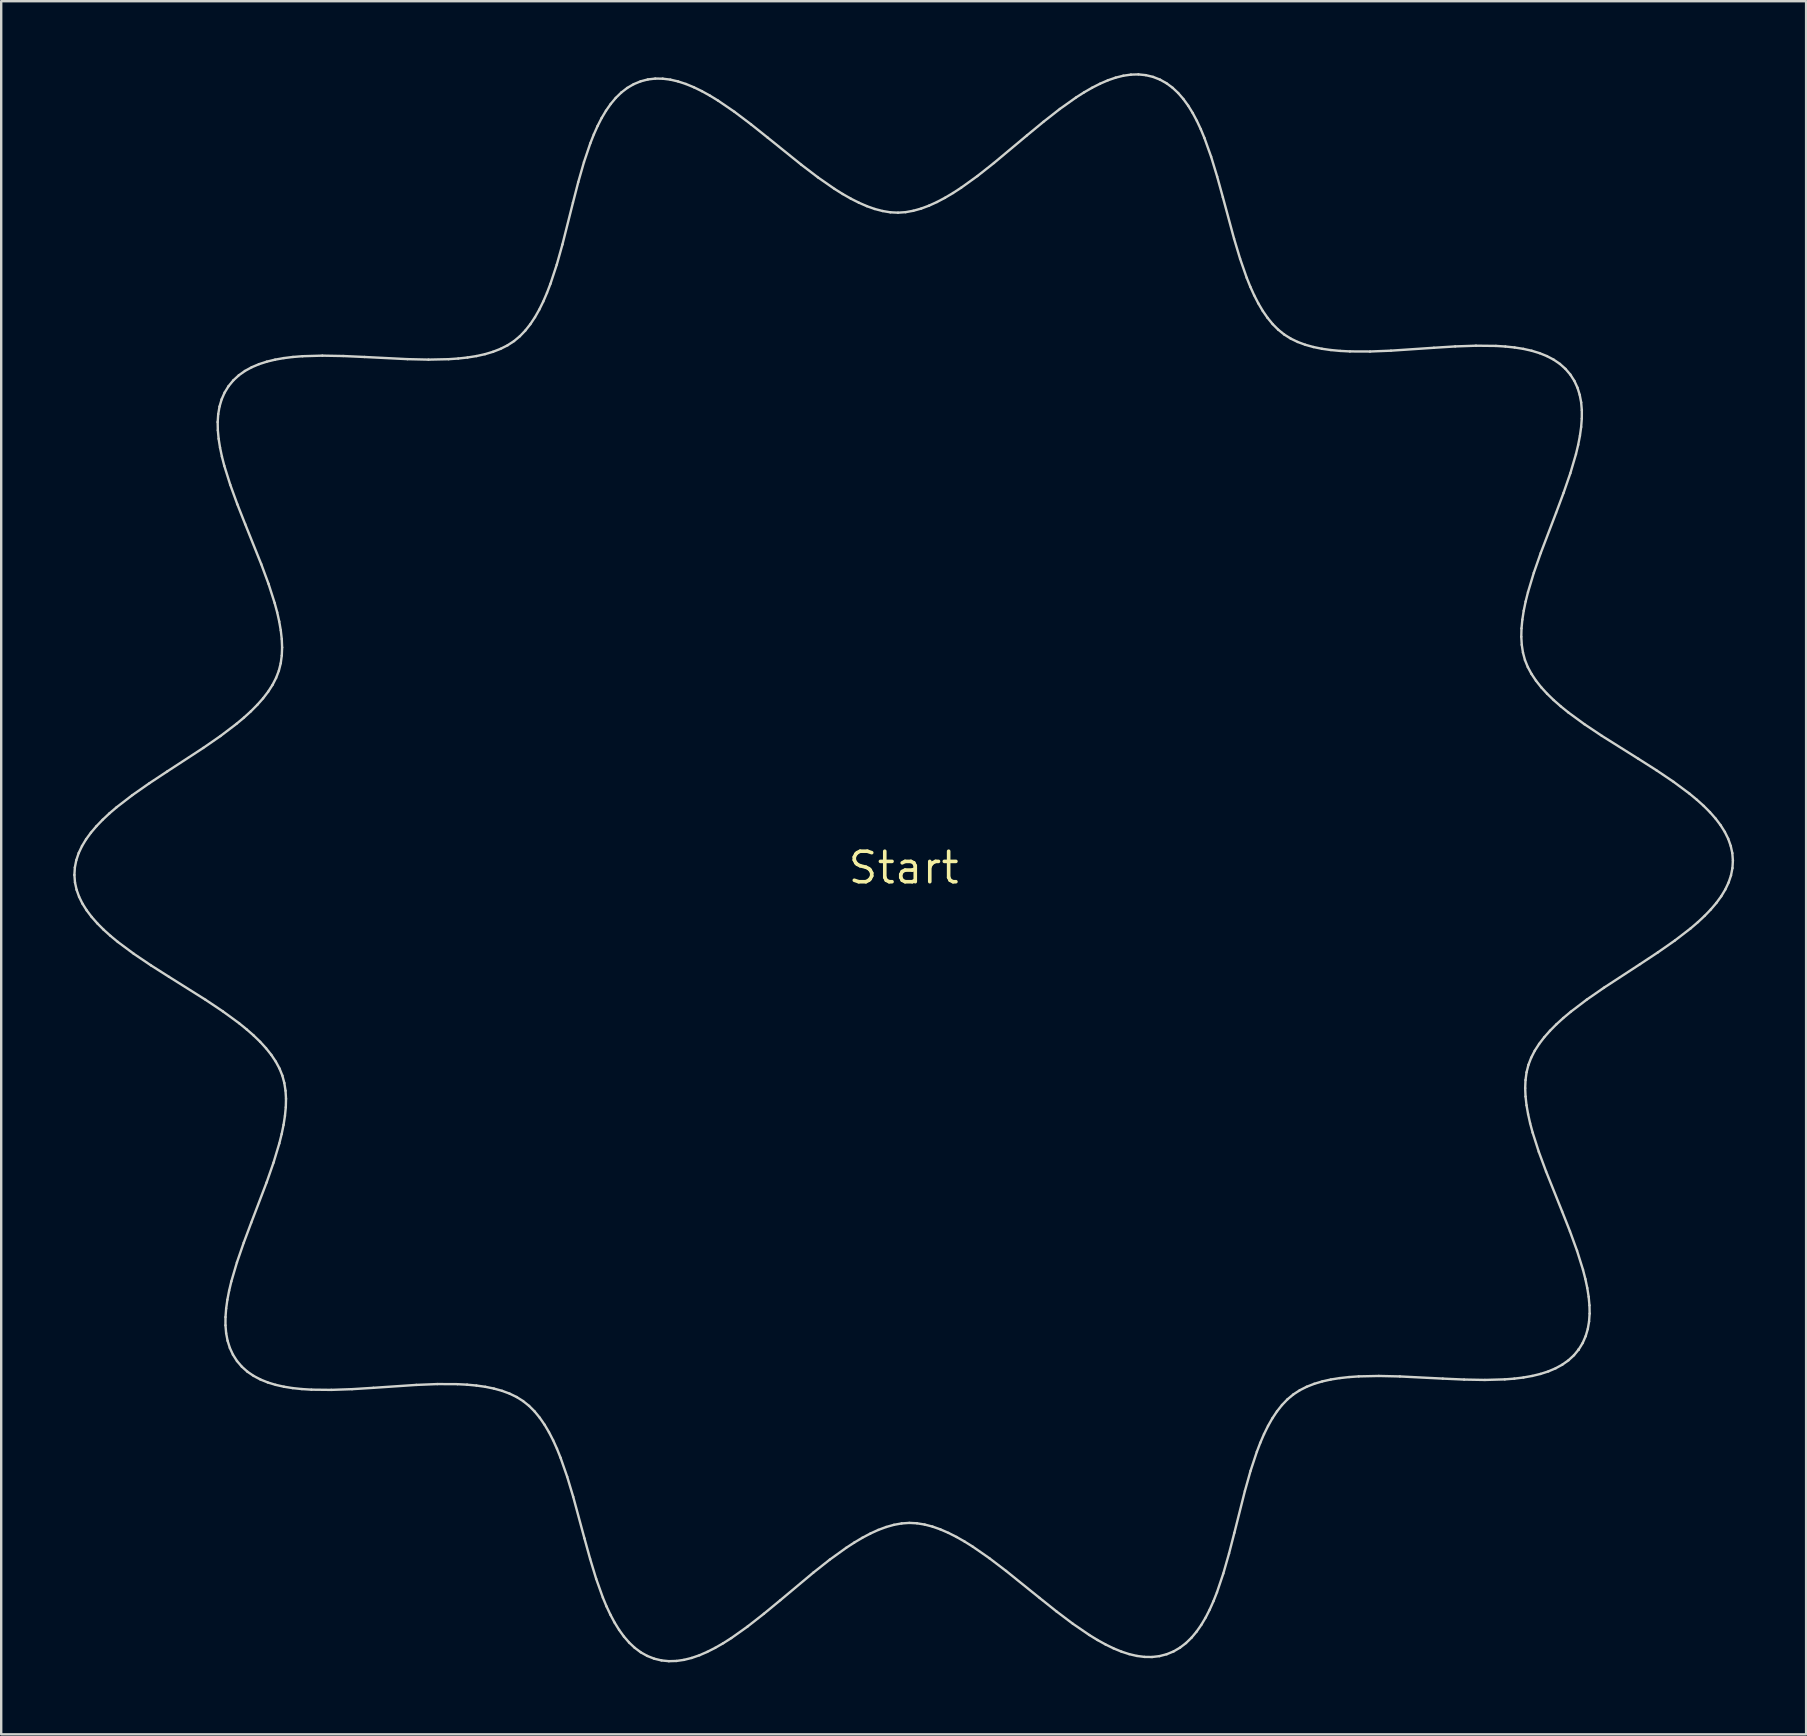
<source format=kicad_pcb>
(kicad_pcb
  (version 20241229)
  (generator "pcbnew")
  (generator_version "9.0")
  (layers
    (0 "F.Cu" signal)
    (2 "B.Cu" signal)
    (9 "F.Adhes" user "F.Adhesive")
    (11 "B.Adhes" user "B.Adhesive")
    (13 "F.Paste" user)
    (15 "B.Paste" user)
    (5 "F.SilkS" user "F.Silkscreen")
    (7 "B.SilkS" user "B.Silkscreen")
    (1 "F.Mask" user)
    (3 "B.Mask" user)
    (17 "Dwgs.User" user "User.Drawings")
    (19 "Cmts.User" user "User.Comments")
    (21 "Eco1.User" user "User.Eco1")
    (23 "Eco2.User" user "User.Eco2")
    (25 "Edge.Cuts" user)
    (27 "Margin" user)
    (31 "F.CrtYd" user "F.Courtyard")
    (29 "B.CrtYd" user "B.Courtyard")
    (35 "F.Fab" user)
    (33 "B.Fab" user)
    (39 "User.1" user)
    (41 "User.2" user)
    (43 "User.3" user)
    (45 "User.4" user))
  (footprint "Start"
    (layer "F.Cu")
    (at 34.599 33.105)
    (property "Reference" "Start" (at 0 0 0) (layer "F.SilkS") (effects (font (size 1.27 1.27) (thickness 0.15))))
    (attr through_hole)
    (fp_line (start -34.549 0.298) (end -34.53 -0.014) (stroke (width 0.1) (type solid)) (layer "Edge.Cuts"))
    (fp_line (start -34.53 -0.014) (end -34.47 -0.318) (stroke (width 0.1) (type solid)) (layer "Edge.Cuts"))
    (fp_line (start -34.525 0.61) (end -34.549 0.298) (stroke (width 0.1) (type solid)) (layer "Edge.Cuts"))
    (fp_line (start -34.47 -0.318) (end -34.37 -0.614) (stroke (width 0.1) (type solid)) (layer "Edge.Cuts"))
    (fp_line (start -34.459 0.912) (end -34.525 0.61) (stroke (width 0.1) (type solid)) (layer "Edge.Cuts"))
    (fp_line (start -34.37 -0.614) (end -34.233 -0.904) (stroke (width 0.1) (type solid)) (layer "Edge.Cuts"))
    (fp_line (start -34.354 1.207) (end -34.459 0.912) (stroke (width 0.1) (type solid)) (layer "Edge.Cuts"))
    (fp_line (start -34.233 -0.904) (end -34.063 -1.187) (stroke (width 0.1) (type solid)) (layer "Edge.Cuts"))
    (fp_line (start -34.213 1.494) (end -34.354 1.207) (stroke (width 0.1) (type solid)) (layer "Edge.Cuts"))
    (fp_line (start -34.063 -1.187) (end -33.861 -1.463) (stroke (width 0.1) (type solid)) (layer "Edge.Cuts"))
    (fp_line (start -34.037 1.774) (end -34.213 1.494) (stroke (width 0.1) (type solid)) (layer "Edge.Cuts"))
    (fp_line (start -33.861 -1.463) (end -33.63 -1.735) (stroke (width 0.1) (type solid)) (layer "Edge.Cuts"))
    (fp_line (start -33.831 2.047) (end -34.037 1.774) (stroke (width 0.1) (type solid)) (layer "Edge.Cuts"))
    (fp_line (start -33.63 -1.735) (end -33.373 -2.001) (stroke (width 0.1) (type solid)) (layer "Edge.Cuts"))
    (fp_line (start -33.595 2.315) (end -33.831 2.047) (stroke (width 0.1) (type solid)) (layer "Edge.Cuts"))
    (fp_line (start -33.373 -2.001) (end -33.093 -2.264) (stroke (width 0.1) (type solid)) (layer "Edge.Cuts"))
    (fp_line (start -33.334 2.577) (end -33.595 2.315) (stroke (width 0.1) (type solid)) (layer "Edge.Cuts"))
    (fp_line (start -33.093 -2.264) (end -32.791 -2.522) (stroke (width 0.1) (type solid)) (layer "Edge.Cuts"))
    (fp_line (start -33.049 2.834) (end -33.334 2.577) (stroke (width 0.1) (type solid)) (layer "Edge.Cuts"))
    (fp_line (start -32.791 -2.522) (end -32.134 -3.028) (stroke (width 0.1) (type solid)) (layer "Edge.Cuts"))
    (fp_line (start -32.743 3.087) (end -33.049 2.834) (stroke (width 0.1) (type solid)) (layer "Edge.Cuts"))
    (fp_line (start -32.134 -3.028) (end -31.424 -3.524) (stroke (width 0.1) (type solid)) (layer "Edge.Cuts"))
    (fp_line (start -32.077 3.582) (end -32.743 3.087) (stroke (width 0.1) (type solid)) (layer "Edge.Cuts"))
    (fp_line (start -31.424 -3.524) (end -30.681 -4.015) (stroke (width 0.1) (type solid)) (layer "Edge.Cuts"))
    (fp_line (start -31.359 4.066) (end -32.077 3.582) (stroke (width 0.1) (type solid)) (layer "Edge.Cuts"))
    (fp_line (start -30.681 -4.015) (end -29.18 -4.994) (stroke (width 0.1) (type solid)) (layer "Edge.Cuts"))
    (fp_line (start -30.608 4.543) (end -31.359 4.066) (stroke (width 0.1) (type solid)) (layer "Edge.Cuts"))
    (fp_line (start -29.18 -4.994) (end -28.462 -5.491) (stroke (width 0.1) (type solid)) (layer "Edge.Cuts"))
    (fp_line (start -29.089 5.497) (end -30.608 4.543) (stroke (width 0.1) (type solid)) (layer "Edge.Cuts"))
    (fp_line (start -28.58 -18.572) (end -28.557 -18.901) (stroke (width 0.1) (type solid)) (layer "Edge.Cuts"))
    (fp_line (start -28.573 -18.229) (end -28.58 -18.572) (stroke (width 0.1) (type solid)) (layer "Edge.Cuts"))
    (fp_line (start -28.557 -18.901) (end -28.503 -19.216) (stroke (width 0.1) (type solid)) (layer "Edge.Cuts"))
    (fp_line (start -28.54 -17.874) (end -28.573 -18.229) (stroke (width 0.1) (type solid)) (layer "Edge.Cuts"))
    (fp_line (start -28.503 -19.216) (end -28.414 -19.517) (stroke (width 0.1) (type solid)) (layer "Edge.Cuts"))
    (fp_line (start -28.482 -17.508) (end -28.54 -17.874) (stroke (width 0.1) (type solid)) (layer "Edge.Cuts"))
    (fp_line (start -28.462 -5.491) (end -27.794 -5.999) (stroke (width 0.1) (type solid)) (layer "Edge.Cuts"))
    (fp_line (start -28.414 -19.517) (end -28.29 -19.8) (stroke (width 0.1) (type solid)) (layer "Edge.Cuts"))
    (fp_line (start -28.403 -17.133) (end -28.482 -17.508) (stroke (width 0.1) (type solid)) (layer "Edge.Cuts"))
    (fp_line (start -28.363 5.982) (end -29.089 5.497) (stroke (width 0.1) (type solid)) (layer "Edge.Cuts"))
    (fp_line (start -28.304 -16.748) (end -28.403 -17.133) (stroke (width 0.1) (type solid)) (layer "Edge.Cuts"))
    (fp_line (start -28.29 -19.8) (end -28.126 -20.067) (stroke (width 0.1) (type solid)) (layer "Edge.Cuts"))
    (fp_line (start -28.255 19.062) (end -28.254 18.719) (stroke (width 0.1) (type solid)) (layer "Edge.Cuts"))
    (fp_line (start -28.254 18.719) (end -28.227 18.364) (stroke (width 0.1) (type solid)) (layer "Edge.Cuts"))
    (fp_line (start -28.227 18.364) (end -28.176 17.997) (stroke (width 0.1) (type solid)) (layer "Edge.Cuts"))
    (fp_line (start -28.227 19.391) (end -28.255 19.062) (stroke (width 0.1) (type solid)) (layer "Edge.Cuts"))
    (fp_line (start -28.176 17.997) (end -28.103 17.62) (stroke (width 0.1) (type solid)) (layer "Edge.Cuts"))
    (fp_line (start -28.167 19.705) (end -28.227 19.391) (stroke (width 0.1) (type solid)) (layer "Edge.Cuts"))
    (fp_line (start -28.126 -20.067) (end -27.928 -20.308) (stroke (width 0.1) (type solid)) (layer "Edge.Cuts"))
    (fp_line (start -28.103 17.62) (end -28.011 17.234) (stroke (width 0.1) (type solid)) (layer "Edge.Cuts"))
    (fp_line (start -28.073 20.004) (end -28.167 19.705) (stroke (width 0.1) (type solid)) (layer "Edge.Cuts"))
    (fp_line (start -28.056 -15.957) (end -28.304 -16.748) (stroke (width 0.1) (type solid)) (layer "Edge.Cuts"))
    (fp_line (start -28.011 17.234) (end -27.777 16.439) (stroke (width 0.1) (type solid)) (layer "Edge.Cuts"))
    (fp_line (start -27.944 20.285) (end -28.073 20.004) (stroke (width 0.1) (type solid)) (layer "Edge.Cuts"))
    (fp_line (start -27.928 -20.308) (end -27.7 -20.518) (stroke (width 0.1) (type solid)) (layer "Edge.Cuts"))
    (fp_line (start -27.794 -5.999) (end -27.485 -6.257) (stroke (width 0.1) (type solid)) (layer "Edge.Cuts"))
    (fp_line (start -27.777 16.439) (end -27.494 15.62) (stroke (width 0.1) (type solid)) (layer "Edge.Cuts"))
    (fp_line (start -27.776 20.549) (end -27.944 20.285) (stroke (width 0.1) (type solid)) (layer "Edge.Cuts"))
    (fp_line (start -27.76 -15.143) (end -28.056 -15.957) (stroke (width 0.1) (type solid)) (layer "Edge.Cuts"))
    (fp_line (start -27.7 -20.518) (end -27.445 -20.699) (stroke (width 0.1) (type solid)) (layer "Edge.Cuts"))
    (fp_line (start -27.686 6.477) (end -28.363 5.982) (stroke (width 0.1) (type solid)) (layer "Edge.Cuts"))
    (fp_line (start -27.573 20.786) (end -27.776 20.549) (stroke (width 0.1) (type solid)) (layer "Edge.Cuts"))
    (fp_line (start -27.494 15.62) (end -27.182 14.786) (stroke (width 0.1) (type solid)) (layer "Edge.Cuts"))
    (fp_line (start -27.485 -6.257) (end -27.196 -6.52) (stroke (width 0.1) (type solid)) (layer "Edge.Cuts"))
    (fp_line (start -27.445 -20.699) (end -27.164 -20.853) (stroke (width 0.1) (type solid)) (layer "Edge.Cuts"))
    (fp_line (start -27.433 -14.315) (end -27.76 -15.143) (stroke (width 0.1) (type solid)) (layer "Edge.Cuts"))
    (fp_line (start -27.373 6.731) (end -27.686 6.477) (stroke (width 0.1) (type solid)) (layer "Edge.Cuts"))
    (fp_line (start -27.342 20.993) (end -27.573 20.786) (stroke (width 0.1) (type solid)) (layer "Edge.Cuts"))
    (fp_line (start -27.196 -6.52) (end -26.93 -6.788) (stroke (width 0.1) (type solid)) (layer "Edge.Cuts"))
    (fp_line (start -27.182 14.786) (end -26.542 13.111) (stroke (width 0.1) (type solid)) (layer "Edge.Cuts"))
    (fp_line (start -27.164 -20.853) (end -26.86 -20.982) (stroke (width 0.1) (type solid)) (layer "Edge.Cuts"))
    (fp_line (start -27.084 21.169) (end -27.342 20.993) (stroke (width 0.1) (type solid)) (layer "Edge.Cuts"))
    (fp_line (start -27.08 6.988) (end -27.373 6.731) (stroke (width 0.1) (type solid)) (layer "Edge.Cuts"))
    (fp_line (start -26.93 -6.788) (end -26.689 -7.06) (stroke (width 0.1) (type solid)) (layer "Edge.Cuts"))
    (fp_line (start -26.86 -20.982) (end -26.534 -21.087) (stroke (width 0.1) (type solid)) (layer "Edge.Cuts"))
    (fp_line (start -26.809 7.251) (end -27.08 6.988) (stroke (width 0.1) (type solid)) (layer "Edge.Cuts"))
    (fp_line (start -26.801 21.318) (end -27.084 21.169) (stroke (width 0.1) (type solid)) (layer "Edge.Cuts"))
    (fp_line (start -26.765 -12.651) (end -27.433 -14.315) (stroke (width 0.1) (type solid)) (layer "Edge.Cuts"))
    (fp_line (start -26.689 -7.06) (end -26.476 -7.338) (stroke (width 0.1) (type solid)) (layer "Edge.Cuts"))
    (fp_line (start -26.564 7.519) (end -26.809 7.251) (stroke (width 0.1) (type solid)) (layer "Edge.Cuts"))
    (fp_line (start -26.542 13.111) (end -26.254 12.287) (stroke (width 0.1) (type solid)) (layer "Edge.Cuts"))
    (fp_line (start -26.534 -21.087) (end -26.188 -21.171) (stroke (width 0.1) (type solid)) (layer "Edge.Cuts"))
    (fp_line (start -26.494 21.442) (end -26.801 21.318) (stroke (width 0.1) (type solid)) (layer "Edge.Cuts"))
    (fp_line (start -26.476 -7.338) (end -26.294 -7.622) (stroke (width 0.1) (type solid)) (layer "Edge.Cuts"))
    (fp_line (start -26.462 -11.832) (end -26.765 -12.651) (stroke (width 0.1) (type solid)) (layer "Edge.Cuts"))
    (fp_line (start -26.346 7.794) (end -26.564 7.519) (stroke (width 0.1) (type solid)) (layer "Edge.Cuts"))
    (fp_line (start -26.294 -7.622) (end -26.145 -7.913) (stroke (width 0.1) (type solid)) (layer "Edge.Cuts"))
    (fp_line (start -26.254 12.287) (end -26.012 11.484) (stroke (width 0.1) (type solid)) (layer "Edge.Cuts"))
    (fp_line (start -26.206 -11.033) (end -26.462 -11.832) (stroke (width 0.1) (type solid)) (layer "Edge.Cuts"))
    (fp_line (start -26.188 -21.171) (end -25.823 -21.236) (stroke (width 0.1) (type solid)) (layer "Edge.Cuts"))
    (fp_line (start -26.166 21.542) (end -26.494 21.442) (stroke (width 0.1) (type solid)) (layer "Edge.Cuts"))
    (fp_line (start -26.159 8.075) (end -26.346 7.794) (stroke (width 0.1) (type solid)) (layer "Edge.Cuts"))
    (fp_line (start -26.145 -7.913) (end -26.031 -8.21) (stroke (width 0.1) (type solid)) (layer "Edge.Cuts"))
    (fp_line (start -26.101 -10.644) (end -26.206 -11.033) (stroke (width 0.1) (type solid)) (layer "Edge.Cuts"))
    (fp_line (start -26.031 -8.21) (end -25.953 -8.52) (stroke (width 0.1) (type solid)) (layer "Edge.Cuts"))
    (fp_line (start -26.016 -10.263) (end -26.101 -10.644) (stroke (width 0.1) (type solid)) (layer "Edge.Cuts"))
    (fp_line (start -26.012 11.484) (end -25.914 11.093) (stroke (width 0.1) (type solid)) (layer "Edge.Cuts"))
    (fp_line (start -26.004 8.363) (end -26.159 8.075) (stroke (width 0.1) (type solid)) (layer "Edge.Cuts"))
    (fp_line (start -25.953 -8.52) (end -25.909 -8.843) (stroke (width 0.1) (type solid)) (layer "Edge.Cuts"))
    (fp_line (start -25.951 -9.892) (end -26.016 -10.263) (stroke (width 0.1) (type solid)) (layer "Edge.Cuts"))
    (fp_line (start -25.914 11.093) (end -25.835 10.711) (stroke (width 0.1) (type solid)) (layer "Edge.Cuts"))
    (fp_line (start -25.91 -9.53) (end -25.951 -9.892) (stroke (width 0.1) (type solid)) (layer "Edge.Cuts"))
    (fp_line (start -25.909 -8.843) (end -25.895 -9.181) (stroke (width 0.1) (type solid)) (layer "Edge.Cuts"))
    (fp_line (start -25.895 -9.181) (end -25.91 -9.53) (stroke (width 0.1) (type solid)) (layer "Edge.Cuts"))
    (fp_line (start -25.885 8.658) (end -26.004 8.363) (stroke (width 0.1) (type solid)) (layer "Edge.Cuts"))
    (fp_line (start -25.835 10.711) (end -25.777 10.338) (stroke (width 0.1) (type solid)) (layer "Edge.Cuts"))
    (fp_line (start -25.823 -21.236) (end -25.442 -21.283) (stroke (width 0.1) (type solid)) (layer "Edge.Cuts"))
    (fp_line (start -25.819 21.62) (end -26.166 21.542) (stroke (width 0.1) (type solid)) (layer "Edge.Cuts"))
    (fp_line (start -25.803 8.966) (end -25.885 8.658) (stroke (width 0.1) (type solid)) (layer "Edge.Cuts"))
    (fp_line (start -25.777 10.338) (end -25.742 9.976) (stroke (width 0.1) (type solid)) (layer "Edge.Cuts"))
    (fp_line (start -25.753 9.289) (end -25.803 8.966) (stroke (width 0.1) (type solid)) (layer "Edge.Cuts"))
    (fp_line (start -25.742 9.976) (end -25.733 9.626) (stroke (width 0.1) (type solid)) (layer "Edge.Cuts"))
    (fp_line (start -25.733 9.626) (end -25.753 9.289) (stroke (width 0.1) (type solid)) (layer "Edge.Cuts"))
    (fp_line (start -25.453 21.678) (end -25.819 21.62) (stroke (width 0.1) (type solid)) (layer "Edge.Cuts"))
    (fp_line (start -25.442 -21.283) (end -25.046 -21.314) (stroke (width 0.1) (type solid)) (layer "Edge.Cuts"))
    (fp_line (start -25.071 21.718) (end -25.453 21.678) (stroke (width 0.1) (type solid)) (layer "Edge.Cuts"))
    (fp_line (start -25.046 -21.314) (end -24.218 -21.338) (stroke (width 0.1) (type solid)) (layer "Edge.Cuts"))
    (fp_line (start -24.675 21.743) (end -25.071 21.718) (stroke (width 0.1) (type solid)) (layer "Edge.Cuts"))
    (fp_line (start -24.218 -21.338) (end -23.351 -21.322) (stroke (width 0.1) (type solid)) (layer "Edge.Cuts"))
    (fp_line (start -23.846 21.752) (end -24.675 21.743) (stroke (width 0.1) (type solid)) (layer "Edge.Cuts"))
    (fp_line (start -23.351 -21.322) (end -22.462 -21.282) (stroke (width 0.1) (type solid)) (layer "Edge.Cuts"))
    (fp_line (start -22.98 21.722) (end -23.846 21.752) (stroke (width 0.1) (type solid)) (layer "Edge.Cuts"))
    (fp_line (start -22.462 -21.282) (end -20.671 -21.192) (stroke (width 0.1) (type solid)) (layer "Edge.Cuts"))
    (fp_line (start -22.092 21.666) (end -22.98 21.722) (stroke (width 0.1) (type solid)) (layer "Edge.Cuts"))
    (fp_line (start -20.671 -21.192) (end -19.798 -21.172) (stroke (width 0.1) (type solid)) (layer "Edge.Cuts"))
    (fp_line (start -20.303 21.545) (end -22.092 21.666) (stroke (width 0.1) (type solid)) (layer "Edge.Cuts"))
    (fp_line (start -19.798 -21.172) (end -18.96 -21.19) (stroke (width 0.1) (type solid)) (layer "Edge.Cuts"))
    (fp_line (start -19.43 21.51) (end -20.303 21.545) (stroke (width 0.1) (type solid)) (layer "Edge.Cuts"))
    (fp_line (start -18.96 -21.19) (end -18.558 -21.218) (stroke (width 0.1) (type solid)) (layer "Edge.Cuts"))
    (fp_line (start -18.591 21.514) (end -19.43 21.51) (stroke (width 0.1) (type solid)) (layer "Edge.Cuts"))
    (fp_line (start -18.558 -21.218) (end -18.17 -21.261) (stroke (width 0.1) (type solid)) (layer "Edge.Cuts"))
    (fp_line (start -18.189 21.535) (end -18.591 21.514) (stroke (width 0.1) (type solid)) (layer "Edge.Cuts"))
    (fp_line (start -18.17 -21.261) (end -17.797 -21.32) (stroke (width 0.1) (type solid)) (layer "Edge.Cuts"))
    (fp_line (start -17.8 21.571) (end -18.189 21.535) (stroke (width 0.1) (type solid)) (layer "Edge.Cuts"))
    (fp_line (start -17.797 -21.32) (end -17.442 -21.399) (stroke (width 0.1) (type solid)) (layer "Edge.Cuts"))
    (fp_line (start -17.442 -21.399) (end -17.107 -21.499) (stroke (width 0.1) (type solid)) (layer "Edge.Cuts"))
    (fp_line (start -17.427 21.624) (end -17.8 21.571) (stroke (width 0.1) (type solid)) (layer "Edge.Cuts"))
    (fp_line (start -17.107 -21.499) (end -16.792 -21.622) (stroke (width 0.1) (type solid)) (layer "Edge.Cuts"))
    (fp_line (start -17.071 21.697) (end -17.427 21.624) (stroke (width 0.1) (type solid)) (layer "Edge.Cuts"))
    (fp_line (start -16.792 -21.622) (end -16.501 -21.769) (stroke (width 0.1) (type solid)) (layer "Edge.Cuts"))
    (fp_line (start -16.733 21.791) (end -17.071 21.697) (stroke (width 0.1) (type solid)) (layer "Edge.Cuts"))
    (fp_line (start -16.501 -21.769) (end -16.234 -21.943) (stroke (width 0.1) (type solid)) (layer "Edge.Cuts"))
    (fp_line (start -16.417 21.908) (end -16.733 21.791) (stroke (width 0.1) (type solid)) (layer "Edge.Cuts"))
    (fp_line (start -16.234 -21.943) (end -15.989 -22.147) (stroke (width 0.1) (type solid)) (layer "Edge.Cuts"))
    (fp_line (start -16.123 22.05) (end -16.417 21.908) (stroke (width 0.1) (type solid)) (layer "Edge.Cuts"))
    (fp_line (start -15.989 -22.147) (end -15.763 -22.383) (stroke (width 0.1) (type solid)) (layer "Edge.Cuts"))
    (fp_line (start -15.853 22.22) (end -16.123 22.05) (stroke (width 0.1) (type solid)) (layer "Edge.Cuts"))
    (fp_line (start -15.763 -22.383) (end -15.554 -22.648) (stroke (width 0.1) (type solid)) (layer "Edge.Cuts"))
    (fp_line (start -15.605 22.42) (end -15.853 22.22) (stroke (width 0.1) (type solid)) (layer "Edge.Cuts"))
    (fp_line (start -15.554 -22.648) (end -15.36 -22.94) (stroke (width 0.1) (type solid)) (layer "Edge.Cuts"))
    (fp_line (start -15.374 22.652) (end -15.605 22.42) (stroke (width 0.1) (type solid)) (layer "Edge.Cuts"))
    (fp_line (start -15.36 -22.94) (end -15.181 -23.256) (stroke (width 0.1) (type solid)) (layer "Edge.Cuts"))
    (fp_line (start -15.181 -23.256) (end -15.014 -23.595) (stroke (width 0.1) (type solid)) (layer "Edge.Cuts"))
    (fp_line (start -15.161 22.913) (end -15.374 22.652) (stroke (width 0.1) (type solid)) (layer "Edge.Cuts"))
    (fp_line (start -15.014 -23.595) (end -14.86 -23.953) (stroke (width 0.1) (type solid)) (layer "Edge.Cuts"))
    (fp_line (start -14.962 23.201) (end -15.161 22.913) (stroke (width 0.1) (type solid)) (layer "Edge.Cuts"))
    (fp_line (start -14.86 -23.953) (end -14.716 -24.33) (stroke (width 0.1) (type solid)) (layer "Edge.Cuts"))
    (fp_line (start -14.777 23.515) (end -14.962 23.201) (stroke (width 0.1) (type solid)) (layer "Edge.Cuts"))
    (fp_line (start -14.716 -24.33) (end -14.453 -25.126) (stroke (width 0.1) (type solid)) (layer "Edge.Cuts"))
    (fp_line (start -14.605 23.85) (end -14.777 23.515) (stroke (width 0.1) (type solid)) (layer "Edge.Cuts"))
    (fp_line (start -14.453 -25.126) (end -14.217 -25.967) (stroke (width 0.1) (type solid)) (layer "Edge.Cuts"))
    (fp_line (start -14.444 24.206) (end -14.605 23.85) (stroke (width 0.1) (type solid)) (layer "Edge.Cuts"))
    (fp_line (start -14.294 24.58) (end -14.444 24.206) (stroke (width 0.1) (type solid)) (layer "Edge.Cuts"))
    (fp_line (start -14.217 -25.967) (end -13.779 -27.706) (stroke (width 0.1) (type solid)) (layer "Edge.Cuts"))
    (fp_line (start -14.018 25.372) (end -14.294 24.58) (stroke (width 0.1) (type solid)) (layer "Edge.Cuts"))
    (fp_line (start -13.779 -27.706) (end -13.557 -28.568) (stroke (width 0.1) (type solid)) (layer "Edge.Cuts"))
    (fp_line (start -13.767 26.208) (end -14.018 25.372) (stroke (width 0.1) (type solid)) (layer "Edge.Cuts"))
    (fp_line (start -13.557 -28.568) (end -13.319 -29.401) (stroke (width 0.1) (type solid)) (layer "Edge.Cuts"))
    (fp_line (start -13.319 -29.401) (end -13.054 -30.186) (stroke (width 0.1) (type solid)) (layer "Edge.Cuts"))
    (fp_line (start -13.299 27.939) (end -13.767 26.208) (stroke (width 0.1) (type solid)) (layer "Edge.Cuts"))
    (fp_line (start -13.062 28.797) (end -13.299 27.939) (stroke (width 0.1) (type solid)) (layer "Edge.Cuts"))
    (fp_line (start -13.054 -30.186) (end -12.908 -30.555) (stroke (width 0.1) (type solid)) (layer "Edge.Cuts"))
    (fp_line (start -12.908 -30.555) (end -12.751 -30.906) (stroke (width 0.1) (type solid)) (layer "Edge.Cuts"))
    (fp_line (start -12.81 29.626) (end -13.062 28.797) (stroke (width 0.1) (type solid)) (layer "Edge.Cuts"))
    (fp_line (start -12.751 -30.906) (end -12.583 -31.236) (stroke (width 0.1) (type solid)) (layer "Edge.Cuts"))
    (fp_line (start -12.583 -31.236) (end -12.401 -31.542) (stroke (width 0.1) (type solid)) (layer "Edge.Cuts"))
    (fp_line (start -12.531 30.407) (end -12.81 29.626) (stroke (width 0.1) (type solid)) (layer "Edge.Cuts"))
    (fp_line (start -12.401 -31.542) (end -12.205 -31.823) (stroke (width 0.1) (type solid)) (layer "Edge.Cuts"))
    (fp_line (start -12.379 30.774) (end -12.531 30.407) (stroke (width 0.1) (type solid)) (layer "Edge.Cuts"))
    (fp_line (start -12.216 31.121) (end -12.379 30.774) (stroke (width 0.1) (type solid)) (layer "Edge.Cuts"))
    (fp_line (start -12.205 -31.823) (end -11.993 -32.077) (stroke (width 0.1) (type solid)) (layer "Edge.Cuts"))
    (fp_line (start -12.042 31.448) (end -12.216 31.121) (stroke (width 0.1) (type solid)) (layer "Edge.Cuts"))
    (fp_line (start -11.993 -32.077) (end -11.764 -32.3) (stroke (width 0.1) (type solid)) (layer "Edge.Cuts"))
    (fp_line (start -11.855 31.752) (end -12.042 31.448) (stroke (width 0.1) (type solid)) (layer "Edge.Cuts"))
    (fp_line (start -11.764 -32.3) (end -11.516 -32.491) (stroke (width 0.1) (type solid)) (layer "Edge.Cuts"))
    (fp_line (start -11.654 32.029) (end -11.855 31.752) (stroke (width 0.1) (type solid)) (layer "Edge.Cuts"))
    (fp_line (start -11.516 -32.491) (end -11.249 -32.647) (stroke (width 0.1) (type solid)) (layer "Edge.Cuts"))
    (fp_line (start -11.438 32.279) (end -11.654 32.029) (stroke (width 0.1) (type solid)) (layer "Edge.Cuts"))
    (fp_line (start -11.249 -32.647) (end -10.96 -32.766) (stroke (width 0.1) (type solid)) (layer "Edge.Cuts"))
    (fp_line (start -11.205 32.498) (end -11.438 32.279) (stroke (width 0.1) (type solid)) (layer "Edge.Cuts"))
    (fp_line (start -10.96 -32.766) (end -10.657 -32.845) (stroke (width 0.1) (type solid)) (layer "Edge.Cuts"))
    (fp_line (start -10.954 32.685) (end -11.205 32.498) (stroke (width 0.1) (type solid)) (layer "Edge.Cuts"))
    (fp_line (start -10.684 32.836) (end -10.954 32.685) (stroke (width 0.1) (type solid)) (layer "Edge.Cuts"))
    (fp_line (start -10.657 -32.845) (end -10.35 -32.881) (stroke (width 0.1) (type solid)) (layer "Edge.Cuts"))
    (fp_line (start -10.393 32.951) (end -10.684 32.836) (stroke (width 0.1) (type solid)) (layer "Edge.Cuts"))
    (fp_line (start -10.35 -32.881) (end -10.037 -32.877) (stroke (width 0.1) (type solid)) (layer "Edge.Cuts"))
    (fp_line (start -10.089 33.024) (end -10.393 32.951) (stroke (width 0.1) (type solid)) (layer "Edge.Cuts"))
    (fp_line (start -10.037 -32.877) (end -9.719 -32.837) (stroke (width 0.1) (type solid)) (layer "Edge.Cuts"))
    (fp_line (start -9.781 33.055) (end -10.089 33.024) (stroke (width 0.1) (type solid)) (layer "Edge.Cuts"))
    (fp_line (start -9.719 -32.837) (end -9.398 -32.762) (stroke (width 0.1) (type solid)) (layer "Edge.Cuts"))
    (fp_line (start -9.468 33.046) (end -9.781 33.055) (stroke (width 0.1) (type solid)) (layer "Edge.Cuts"))
    (fp_line (start -9.398 -32.762) (end -9.072 -32.656) (stroke (width 0.1) (type solid)) (layer "Edge.Cuts"))
    (fp_line (start -9.151 33) (end -9.468 33.046) (stroke (width 0.1) (type solid)) (layer "Edge.Cuts"))
    (fp_line (start -9.072 -32.656) (end -8.742 -32.52) (stroke (width 0.1) (type solid)) (layer "Edge.Cuts"))
    (fp_line (start -8.831 32.92) (end -9.151 33) (stroke (width 0.1) (type solid)) (layer "Edge.Cuts"))
    (fp_line (start -8.742 -32.52) (end -8.409 -32.358) (stroke (width 0.1) (type solid)) (layer "Edge.Cuts"))
    (fp_line (start -8.507 32.808) (end -8.831 32.92) (stroke (width 0.1) (type solid)) (layer "Edge.Cuts"))
    (fp_line (start -8.409 -32.358) (end -8.073 -32.172) (stroke (width 0.1) (type solid)) (layer "Edge.Cuts"))
    (fp_line (start -8.18 32.666) (end -8.507 32.808) (stroke (width 0.1) (type solid)) (layer "Edge.Cuts"))
    (fp_line (start -8.073 -32.172) (end -7.735 -31.965) (stroke (width 0.1) (type solid)) (layer "Edge.Cuts"))
    (fp_line (start -7.85 32.499) (end -8.18 32.666) (stroke (width 0.1) (type solid)) (layer "Edge.Cuts"))
    (fp_line (start -7.735 -31.965) (end -7.05 -31.497) (stroke (width 0.1) (type solid)) (layer "Edge.Cuts"))
    (fp_line (start -7.517 32.307) (end -7.85 32.499) (stroke (width 0.1) (type solid)) (layer "Edge.Cuts"))
    (fp_line (start -7.182 32.094) (end -7.517 32.307) (stroke (width 0.1) (type solid)) (layer "Edge.Cuts"))
    (fp_line (start -7.05 -31.497) (end -6.359 -30.975) (stroke (width 0.1) (type solid)) (layer "Edge.Cuts"))
    (fp_line (start -6.506 31.614) (end -7.182 32.094) (stroke (width 0.1) (type solid)) (layer "Edge.Cuts"))
    (fp_line (start -6.359 -30.975) (end -5.663 -30.42) (stroke (width 0.1) (type solid)) (layer "Edge.Cuts"))
    (fp_line (start -5.824 31.08) (end -6.506 31.614) (stroke (width 0.1) (type solid)) (layer "Edge.Cuts"))
    (fp_line (start -5.663 -30.42) (end -4.267 -29.295) (stroke (width 0.1) (type solid)) (layer "Edge.Cuts"))
    (fp_line (start -5.137 30.514) (end -5.824 31.08) (stroke (width 0.1) (type solid)) (layer "Edge.Cuts"))
    (fp_line (start -4.267 -29.295) (end -3.573 -28.766) (stroke (width 0.1) (type solid)) (layer "Edge.Cuts"))
    (fp_line (start -3.761 29.364) (end -5.137 30.514) (stroke (width 0.1) (type solid)) (layer "Edge.Cuts"))
    (fp_line (start -3.573 -28.766) (end -2.884 -28.287) (stroke (width 0.1) (type solid)) (layer "Edge.Cuts"))
    (fp_line (start -3.076 28.823) (end -3.761 29.364) (stroke (width 0.1) (type solid)) (layer "Edge.Cuts"))
    (fp_line (start -2.884 -28.287) (end -2.542 -28.073) (stroke (width 0.1) (type solid)) (layer "Edge.Cuts"))
    (fp_line (start -2.542 -28.073) (end -2.203 -27.88) (stroke (width 0.1) (type solid)) (layer "Edge.Cuts"))
    (fp_line (start -2.395 28.333) (end -3.076 28.823) (stroke (width 0.1) (type solid)) (layer "Edge.Cuts"))
    (fp_line (start -2.203 -27.88) (end -1.866 -27.71) (stroke (width 0.1) (type solid)) (layer "Edge.Cuts"))
    (fp_line (start -2.057 28.113) (end -2.395 28.333) (stroke (width 0.1) (type solid)) (layer "Edge.Cuts"))
    (fp_line (start -1.866 -27.71) (end -1.533 -27.565) (stroke (width 0.1) (type solid)) (layer "Edge.Cuts"))
    (fp_line (start -1.722 27.914) (end -2.057 28.113) (stroke (width 0.1) (type solid)) (layer "Edge.Cuts"))
    (fp_line (start -1.533 -27.565) (end -1.203 -27.448) (stroke (width 0.1) (type solid)) (layer "Edge.Cuts"))
    (fp_line (start -1.388 27.738) (end -1.722 27.914) (stroke (width 0.1) (type solid)) (layer "Edge.Cuts"))
    (fp_line (start -1.203 -27.448) (end -0.876 -27.363) (stroke (width 0.1) (type solid)) (layer "Edge.Cuts"))
    (fp_line (start -1.057 27.587) (end -1.388 27.738) (stroke (width 0.1) (type solid)) (layer "Edge.Cuts"))
    (fp_line (start -0.876 -27.363) (end -0.554 -27.31) (stroke (width 0.1) (type solid)) (layer "Edge.Cuts"))
    (fp_line (start -0.729 27.465) (end -1.057 27.587) (stroke (width 0.1) (type solid)) (layer "Edge.Cuts"))
    (fp_line (start -0.554 -27.31) (end -0.235 -27.294) (stroke (width 0.1) (type solid)) (layer "Edge.Cuts"))
    (fp_line (start -0.404 27.374) (end -0.729 27.465) (stroke (width 0.1) (type solid)) (layer "Edge.Cuts"))
    (fp_line (start -0.235 -27.294) (end 0.083 -27.316) (stroke (width 0.1) (type solid)) (layer "Edge.Cuts"))
    (fp_line (start -0.083 27.316) (end -0.404 27.374) (stroke (width 0.1) (type solid)) (layer "Edge.Cuts"))
    (fp_line (start 0.083 -27.316) (end 0.404 -27.374) (stroke (width 0.1) (type solid)) (layer "Edge.Cuts"))
    (fp_line (start 0.235 27.294) (end -0.083 27.316) (stroke (width 0.1) (type solid)) (layer "Edge.Cuts"))
    (fp_line (start 0.404 -27.374) (end 0.729 -27.465) (stroke (width 0.1) (type solid)) (layer "Edge.Cuts"))
    (fp_line (start 0.554 27.31) (end 0.235 27.294) (stroke (width 0.1) (type solid)) (layer "Edge.Cuts"))
    (fp_line (start 0.729 -27.465) (end 1.057 -27.587) (stroke (width 0.1) (type solid)) (layer "Edge.Cuts"))
    (fp_line (start 0.876 27.363) (end 0.554 27.31) (stroke (width 0.1) (type solid)) (layer "Edge.Cuts"))
    (fp_line (start 1.057 -27.587) (end 1.388 -27.738) (stroke (width 0.1) (type solid)) (layer "Edge.Cuts"))
    (fp_line (start 1.203 27.448) (end 0.876 27.363) (stroke (width 0.1) (type solid)) (layer "Edge.Cuts"))
    (fp_line (start 1.388 -27.738) (end 1.722 -27.914) (stroke (width 0.1) (type solid)) (layer "Edge.Cuts"))
    (fp_line (start 1.533 27.565) (end 1.203 27.448) (stroke (width 0.1) (type solid)) (layer "Edge.Cuts"))
    (fp_line (start 1.722 -27.914) (end 2.057 -28.113) (stroke (width 0.1) (type solid)) (layer "Edge.Cuts"))
    (fp_line (start 1.866 27.71) (end 1.533 27.565) (stroke (width 0.1) (type solid)) (layer "Edge.Cuts"))
    (fp_line (start 2.057 -28.113) (end 2.395 -28.333) (stroke (width 0.1) (type solid)) (layer "Edge.Cuts"))
    (fp_line (start 2.203 27.88) (end 1.866 27.71) (stroke (width 0.1) (type solid)) (layer "Edge.Cuts"))
    (fp_line (start 2.395 -28.333) (end 3.076 -28.823) (stroke (width 0.1) (type solid)) (layer "Edge.Cuts"))
    (fp_line (start 2.542 28.073) (end 2.203 27.88) (stroke (width 0.1) (type solid)) (layer "Edge.Cuts"))
    (fp_line (start 2.884 28.287) (end 2.542 28.073) (stroke (width 0.1) (type solid)) (layer "Edge.Cuts"))
    (fp_line (start 3.076 -28.823) (end 3.761 -29.364) (stroke (width 0.1) (type solid)) (layer "Edge.Cuts"))
    (fp_line (start 3.573 28.766) (end 2.884 28.287) (stroke (width 0.1) (type solid)) (layer "Edge.Cuts"))
    (fp_line (start 3.761 -29.364) (end 5.137 -30.514) (stroke (width 0.1) (type solid)) (layer "Edge.Cuts"))
    (fp_line (start 4.267 29.295) (end 3.573 28.766) (stroke (width 0.1) (type solid)) (layer "Edge.Cuts"))
    (fp_line (start 5.137 -30.514) (end 5.824 -31.08) (stroke (width 0.1) (type solid)) (layer "Edge.Cuts"))
    (fp_line (start 5.663 30.42) (end 4.267 29.295) (stroke (width 0.1) (type solid)) (layer "Edge.Cuts"))
    (fp_line (start 5.824 -31.08) (end 6.506 -31.614) (stroke (width 0.1) (type solid)) (layer "Edge.Cuts"))
    (fp_line (start 6.359 30.975) (end 5.663 30.42) (stroke (width 0.1) (type solid)) (layer "Edge.Cuts"))
    (fp_line (start 6.506 -31.614) (end 7.182 -32.094) (stroke (width 0.1) (type solid)) (layer "Edge.Cuts"))
    (fp_line (start 7.05 31.497) (end 6.359 30.975) (stroke (width 0.1) (type solid)) (layer "Edge.Cuts"))
    (fp_line (start 7.182 -32.094) (end 7.517 -32.307) (stroke (width 0.1) (type solid)) (layer "Edge.Cuts"))
    (fp_line (start 7.517 -32.307) (end 7.85 -32.499) (stroke (width 0.1) (type solid)) (layer "Edge.Cuts"))
    (fp_line (start 7.735 31.965) (end 7.05 31.497) (stroke (width 0.1) (type solid)) (layer "Edge.Cuts"))
    (fp_line (start 7.85 -32.499) (end 8.18 -32.666) (stroke (width 0.1) (type solid)) (layer "Edge.Cuts"))
    (fp_line (start 8.073 32.172) (end 7.735 31.965) (stroke (width 0.1) (type solid)) (layer "Edge.Cuts"))
    (fp_line (start 8.18 -32.666) (end 8.507 -32.808) (stroke (width 0.1) (type solid)) (layer "Edge.Cuts"))
    (fp_line (start 8.409 32.358) (end 8.073 32.172) (stroke (width 0.1) (type solid)) (layer "Edge.Cuts"))
    (fp_line (start 8.507 -32.808) (end 8.831 -32.92) (stroke (width 0.1) (type solid)) (layer "Edge.Cuts"))
    (fp_line (start 8.742 32.52) (end 8.409 32.358) (stroke (width 0.1) (type solid)) (layer "Edge.Cuts"))
    (fp_line (start 8.831 -32.92) (end 9.151 -33) (stroke (width 0.1) (type solid)) (layer "Edge.Cuts"))
    (fp_line (start 9.072 32.656) (end 8.742 32.52) (stroke (width 0.1) (type solid)) (layer "Edge.Cuts"))
    (fp_line (start 9.151 -33) (end 9.468 -33.046) (stroke (width 0.1) (type solid)) (layer "Edge.Cuts"))
    (fp_line (start 9.398 32.762) (end 9.072 32.656) (stroke (width 0.1) (type solid)) (layer "Edge.Cuts"))
    (fp_line (start 9.468 -33.046) (end 9.781 -33.055) (stroke (width 0.1) (type solid)) (layer "Edge.Cuts"))
    (fp_line (start 9.719 32.837) (end 9.398 32.762) (stroke (width 0.1) (type solid)) (layer "Edge.Cuts"))
    (fp_line (start 9.781 -33.055) (end 10.089 -33.024) (stroke (width 0.1) (type solid)) (layer "Edge.Cuts"))
    (fp_line (start 10.037 32.877) (end 9.719 32.837) (stroke (width 0.1) (type solid)) (layer "Edge.Cuts"))
    (fp_line (start 10.089 -33.024) (end 10.393 -32.951) (stroke (width 0.1) (type solid)) (layer "Edge.Cuts"))
    (fp_line (start 10.35 32.881) (end 10.037 32.877) (stroke (width 0.1) (type solid)) (layer "Edge.Cuts"))
    (fp_line (start 10.393 -32.951) (end 10.684 -32.836) (stroke (width 0.1) (type solid)) (layer "Edge.Cuts"))
    (fp_line (start 10.657 32.845) (end 10.35 32.881) (stroke (width 0.1) (type solid)) (layer "Edge.Cuts"))
    (fp_line (start 10.684 -32.836) (end 10.954 -32.685) (stroke (width 0.1) (type solid)) (layer "Edge.Cuts"))
    (fp_line (start 10.954 -32.685) (end 11.205 -32.498) (stroke (width 0.1) (type solid)) (layer "Edge.Cuts"))
    (fp_line (start 10.96 32.766) (end 10.657 32.845) (stroke (width 0.1) (type solid)) (layer "Edge.Cuts"))
    (fp_line (start 11.205 -32.498) (end 11.438 -32.279) (stroke (width 0.1) (type solid)) (layer "Edge.Cuts"))
    (fp_line (start 11.249 32.647) (end 10.96 32.766) (stroke (width 0.1) (type solid)) (layer "Edge.Cuts"))
    (fp_line (start 11.438 -32.279) (end 11.654 -32.029) (stroke (width 0.1) (type solid)) (layer "Edge.Cuts"))
    (fp_line (start 11.516 32.491) (end 11.249 32.647) (stroke (width 0.1) (type solid)) (layer "Edge.Cuts"))
    (fp_line (start 11.654 -32.029) (end 11.855 -31.752) (stroke (width 0.1) (type solid)) (layer "Edge.Cuts"))
    (fp_line (start 11.764 32.3) (end 11.516 32.491) (stroke (width 0.1) (type solid)) (layer "Edge.Cuts"))
    (fp_line (start 11.855 -31.752) (end 12.042 -31.448) (stroke (width 0.1) (type solid)) (layer "Edge.Cuts"))
    (fp_line (start 11.993 32.077) (end 11.764 32.3) (stroke (width 0.1) (type solid)) (layer "Edge.Cuts"))
    (fp_line (start 12.042 -31.448) (end 12.216 -31.121) (stroke (width 0.1) (type solid)) (layer "Edge.Cuts"))
    (fp_line (start 12.205 31.823) (end 11.993 32.077) (stroke (width 0.1) (type solid)) (layer "Edge.Cuts"))
    (fp_line (start 12.216 -31.121) (end 12.379 -30.774) (stroke (width 0.1) (type solid)) (layer "Edge.Cuts"))
    (fp_line (start 12.379 -30.774) (end 12.531 -30.407) (stroke (width 0.1) (type solid)) (layer "Edge.Cuts"))
    (fp_line (start 12.401 31.542) (end 12.205 31.823) (stroke (width 0.1) (type solid)) (layer "Edge.Cuts"))
    (fp_line (start 12.531 -30.407) (end 12.81 -29.626) (stroke (width 0.1) (type solid)) (layer "Edge.Cuts"))
    (fp_line (start 12.583 31.236) (end 12.401 31.542) (stroke (width 0.1) (type solid)) (layer "Edge.Cuts"))
    (fp_line (start 12.751 30.906) (end 12.583 31.236) (stroke (width 0.1) (type solid)) (layer "Edge.Cuts"))
    (fp_line (start 12.81 -29.626) (end 13.062 -28.797) (stroke (width 0.1) (type solid)) (layer "Edge.Cuts"))
    (fp_line (start 12.908 30.555) (end 12.751 30.906) (stroke (width 0.1) (type solid)) (layer "Edge.Cuts"))
    (fp_line (start 13.054 30.186) (end 12.908 30.555) (stroke (width 0.1) (type solid)) (layer "Edge.Cuts"))
    (fp_line (start 13.062 -28.797) (end 13.299 -27.939) (stroke (width 0.1) (type solid)) (layer "Edge.Cuts"))
    (fp_line (start 13.299 -27.939) (end 13.767 -26.208) (stroke (width 0.1) (type solid)) (layer "Edge.Cuts"))
    (fp_line (start 13.319 29.401) (end 13.054 30.186) (stroke (width 0.1) (type solid)) (layer "Edge.Cuts"))
    (fp_line (start 13.557 28.568) (end 13.319 29.401) (stroke (width 0.1) (type solid)) (layer "Edge.Cuts"))
    (fp_line (start 13.767 -26.208) (end 14.018 -25.372) (stroke (width 0.1) (type solid)) (layer "Edge.Cuts"))
    (fp_line (start 13.779 27.706) (end 13.557 28.568) (stroke (width 0.1) (type solid)) (layer "Edge.Cuts"))
    (fp_line (start 14.018 -25.372) (end 14.294 -24.58) (stroke (width 0.1) (type solid)) (layer "Edge.Cuts"))
    (fp_line (start 14.217 25.967) (end 13.779 27.706) (stroke (width 0.1) (type solid)) (layer "Edge.Cuts"))
    (fp_line (start 14.294 -24.58) (end 14.444 -24.206) (stroke (width 0.1) (type solid)) (layer "Edge.Cuts"))
    (fp_line (start 14.444 -24.206) (end 14.605 -23.85) (stroke (width 0.1) (type solid)) (layer "Edge.Cuts"))
    (fp_line (start 14.453 25.126) (end 14.217 25.967) (stroke (width 0.1) (type solid)) (layer "Edge.Cuts"))
    (fp_line (start 14.605 -23.85) (end 14.777 -23.515) (stroke (width 0.1) (type solid)) (layer "Edge.Cuts"))
    (fp_line (start 14.716 24.33) (end 14.453 25.126) (stroke (width 0.1) (type solid)) (layer "Edge.Cuts"))
    (fp_line (start 14.777 -23.515) (end 14.962 -23.201) (stroke (width 0.1) (type solid)) (layer "Edge.Cuts"))
    (fp_line (start 14.86 23.953) (end 14.716 24.33) (stroke (width 0.1) (type solid)) (layer "Edge.Cuts"))
    (fp_line (start 14.962 -23.201) (end 15.161 -22.913) (stroke (width 0.1) (type solid)) (layer "Edge.Cuts"))
    (fp_line (start 15.014 23.595) (end 14.86 23.953) (stroke (width 0.1) (type solid)) (layer "Edge.Cuts"))
    (fp_line (start 15.161 -22.913) (end 15.374 -22.652) (stroke (width 0.1) (type solid)) (layer "Edge.Cuts"))
    (fp_line (start 15.181 23.256) (end 15.014 23.595) (stroke (width 0.1) (type solid)) (layer "Edge.Cuts"))
    (fp_line (start 15.36 22.94) (end 15.181 23.256) (stroke (width 0.1) (type solid)) (layer "Edge.Cuts"))
    (fp_line (start 15.374 -22.652) (end 15.605 -22.42) (stroke (width 0.1) (type solid)) (layer "Edge.Cuts"))
    (fp_line (start 15.554 22.648) (end 15.36 22.94) (stroke (width 0.1) (type solid)) (layer "Edge.Cuts"))
    (fp_line (start 15.605 -22.42) (end 15.853 -22.22) (stroke (width 0.1) (type solid)) (layer "Edge.Cuts"))
    (fp_line (start 15.763 22.383) (end 15.554 22.648) (stroke (width 0.1) (type solid)) (layer "Edge.Cuts"))
    (fp_line (start 15.853 -22.22) (end 16.123 -22.05) (stroke (width 0.1) (type solid)) (layer "Edge.Cuts"))
    (fp_line (start 15.989 22.147) (end 15.763 22.383) (stroke (width 0.1) (type solid)) (layer "Edge.Cuts"))
    (fp_line (start 16.123 -22.05) (end 16.417 -21.908) (stroke (width 0.1) (type solid)) (layer "Edge.Cuts"))
    (fp_line (start 16.234 21.943) (end 15.989 22.147) (stroke (width 0.1) (type solid)) (layer "Edge.Cuts"))
    (fp_line (start 16.417 -21.908) (end 16.733 -21.791) (stroke (width 0.1) (type solid)) (layer "Edge.Cuts"))
    (fp_line (start 16.501 21.769) (end 16.234 21.943) (stroke (width 0.1) (type solid)) (layer "Edge.Cuts"))
    (fp_line (start 16.733 -21.791) (end 17.071 -21.697) (stroke (width 0.1) (type solid)) (layer "Edge.Cuts"))
    (fp_line (start 16.792 21.622) (end 16.501 21.769) (stroke (width 0.1) (type solid)) (layer "Edge.Cuts"))
    (fp_line (start 17.071 -21.697) (end 17.427 -21.624) (stroke (width 0.1) (type solid)) (layer "Edge.Cuts"))
    (fp_line (start 17.107 21.499) (end 16.792 21.622) (stroke (width 0.1) (type solid)) (layer "Edge.Cuts"))
    (fp_line (start 17.427 -21.624) (end 17.8 -21.571) (stroke (width 0.1) (type solid)) (layer "Edge.Cuts"))
    (fp_line (start 17.442 21.399) (end 17.107 21.499) (stroke (width 0.1) (type solid)) (layer "Edge.Cuts"))
    (fp_line (start 17.797 21.32) (end 17.442 21.399) (stroke (width 0.1) (type solid)) (layer "Edge.Cuts"))
    (fp_line (start 17.8 -21.571) (end 18.189 -21.535) (stroke (width 0.1) (type solid)) (layer "Edge.Cuts"))
    (fp_line (start 18.17 21.261) (end 17.797 21.32) (stroke (width 0.1) (type solid)) (layer "Edge.Cuts"))
    (fp_line (start 18.189 -21.535) (end 18.591 -21.514) (stroke (width 0.1) (type solid)) (layer "Edge.Cuts"))
    (fp_line (start 18.558 21.218) (end 18.17 21.261) (stroke (width 0.1) (type solid)) (layer "Edge.Cuts"))
    (fp_line (start 18.591 -21.514) (end 19.43 -21.51) (stroke (width 0.1) (type solid)) (layer "Edge.Cuts"))
    (fp_line (start 18.96 21.19) (end 18.558 21.218) (stroke (width 0.1) (type solid)) (layer "Edge.Cuts"))
    (fp_line (start 19.43 -21.51) (end 20.303 -21.545) (stroke (width 0.1) (type solid)) (layer "Edge.Cuts"))
    (fp_line (start 19.798 21.172) (end 18.96 21.19) (stroke (width 0.1) (type solid)) (layer "Edge.Cuts"))
    (fp_line (start 20.303 -21.545) (end 22.092 -21.666) (stroke (width 0.1) (type solid)) (layer "Edge.Cuts"))
    (fp_line (start 20.671 21.192) (end 19.798 21.172) (stroke (width 0.1) (type solid)) (layer "Edge.Cuts"))
    (fp_line (start 22.092 -21.666) (end 22.98 -21.722) (stroke (width 0.1) (type solid)) (layer "Edge.Cuts"))
    (fp_line (start 22.462 21.282) (end 20.671 21.192) (stroke (width 0.1) (type solid)) (layer "Edge.Cuts"))
    (fp_line (start 22.98 -21.722) (end 23.846 -21.752) (stroke (width 0.1) (type solid)) (layer "Edge.Cuts"))
    (fp_line (start 23.351 21.322) (end 22.462 21.282) (stroke (width 0.1) (type solid)) (layer "Edge.Cuts"))
    (fp_line (start 23.846 -21.752) (end 24.675 -21.743) (stroke (width 0.1) (type solid)) (layer "Edge.Cuts"))
    (fp_line (start 24.218 21.338) (end 23.351 21.322) (stroke (width 0.1) (type solid)) (layer "Edge.Cuts"))
    (fp_line (start 24.675 -21.743) (end 25.071 -21.718) (stroke (width 0.1) (type solid)) (layer "Edge.Cuts"))
    (fp_line (start 25.046 21.314) (end 24.218 21.338) (stroke (width 0.1) (type solid)) (layer "Edge.Cuts"))
    (fp_line (start 25.071 -21.718) (end 25.453 -21.678) (stroke (width 0.1) (type solid)) (layer "Edge.Cuts"))
    (fp_line (start 25.442 21.283) (end 25.046 21.314) (stroke (width 0.1) (type solid)) (layer "Edge.Cuts"))
    (fp_line (start 25.453 -21.678) (end 25.819 -21.62) (stroke (width 0.1) (type solid)) (layer "Edge.Cuts"))
    (fp_line (start 25.733 -9.626) (end 25.753 -9.289) (stroke (width 0.1) (type solid)) (layer "Edge.Cuts"))
    (fp_line (start 25.742 -9.976) (end 25.733 -9.626) (stroke (width 0.1) (type solid)) (layer "Edge.Cuts"))
    (fp_line (start 25.753 -9.289) (end 25.803 -8.966) (stroke (width 0.1) (type solid)) (layer "Edge.Cuts"))
    (fp_line (start 25.777 -10.338) (end 25.742 -9.976) (stroke (width 0.1) (type solid)) (layer "Edge.Cuts"))
    (fp_line (start 25.803 -8.966) (end 25.885 -8.658) (stroke (width 0.1) (type solid)) (layer "Edge.Cuts"))
    (fp_line (start 25.819 -21.62) (end 26.166 -21.542) (stroke (width 0.1) (type solid)) (layer "Edge.Cuts"))
    (fp_line (start 25.823 21.236) (end 25.442 21.283) (stroke (width 0.1) (type solid)) (layer "Edge.Cuts"))
    (fp_line (start 25.835 -10.711) (end 25.777 -10.338) (stroke (width 0.1) (type solid)) (layer "Edge.Cuts"))
    (fp_line (start 25.885 -8.658) (end 26.004 -8.363) (stroke (width 0.1) (type solid)) (layer "Edge.Cuts"))
    (fp_line (start 25.895 9.181) (end 25.91 9.53) (stroke (width 0.1) (type solid)) (layer "Edge.Cuts"))
    (fp_line (start 25.909 8.843) (end 25.895 9.181) (stroke (width 0.1) (type solid)) (layer "Edge.Cuts"))
    (fp_line (start 25.91 9.53) (end 25.951 9.892) (stroke (width 0.1) (type solid)) (layer "Edge.Cuts"))
    (fp_line (start 25.914 -11.093) (end 25.835 -10.711) (stroke (width 0.1) (type solid)) (layer "Edge.Cuts"))
    (fp_line (start 25.951 9.892) (end 26.016 10.263) (stroke (width 0.1) (type solid)) (layer "Edge.Cuts"))
    (fp_line (start 25.953 8.52) (end 25.909 8.843) (stroke (width 0.1) (type solid)) (layer "Edge.Cuts"))
    (fp_line (start 26.004 -8.363) (end 26.159 -8.075) (stroke (width 0.1) (type solid)) (layer "Edge.Cuts"))
    (fp_line (start 26.012 -11.484) (end 25.914 -11.093) (stroke (width 0.1) (type solid)) (layer "Edge.Cuts"))
    (fp_line (start 26.016 10.263) (end 26.101 10.644) (stroke (width 0.1) (type solid)) (layer "Edge.Cuts"))
    (fp_line (start 26.031 8.21) (end 25.953 8.52) (stroke (width 0.1) (type solid)) (layer "Edge.Cuts"))
    (fp_line (start 26.101 10.644) (end 26.206 11.033) (stroke (width 0.1) (type solid)) (layer "Edge.Cuts"))
    (fp_line (start 26.145 7.913) (end 26.031 8.21) (stroke (width 0.1) (type solid)) (layer "Edge.Cuts"))
    (fp_line (start 26.159 -8.075) (end 26.346 -7.794) (stroke (width 0.1) (type solid)) (layer "Edge.Cuts"))
    (fp_line (start 26.166 -21.542) (end 26.494 -21.442) (stroke (width 0.1) (type solid)) (layer "Edge.Cuts"))
    (fp_line (start 26.188 21.171) (end 25.823 21.236) (stroke (width 0.1) (type solid)) (layer "Edge.Cuts"))
    (fp_line (start 26.206 11.033) (end 26.462 11.832) (stroke (width 0.1) (type solid)) (layer "Edge.Cuts"))
    (fp_line (start 26.254 -12.287) (end 26.012 -11.484) (stroke (width 0.1) (type solid)) (layer "Edge.Cuts"))
    (fp_line (start 26.294 7.622) (end 26.145 7.913) (stroke (width 0.1) (type solid)) (layer "Edge.Cuts"))
    (fp_line (start 26.346 -7.794) (end 26.564 -7.519) (stroke (width 0.1) (type solid)) (layer "Edge.Cuts"))
    (fp_line (start 26.462 11.832) (end 26.765 12.651) (stroke (width 0.1) (type solid)) (layer "Edge.Cuts"))
    (fp_line (start 26.476 7.338) (end 26.294 7.622) (stroke (width 0.1) (type solid)) (layer "Edge.Cuts"))
    (fp_line (start 26.494 -21.442) (end 26.801 -21.318) (stroke (width 0.1) (type solid)) (layer "Edge.Cuts"))
    (fp_line (start 26.534 21.087) (end 26.188 21.171) (stroke (width 0.1) (type solid)) (layer "Edge.Cuts"))
    (fp_line (start 26.542 -13.111) (end 26.254 -12.287) (stroke (width 0.1) (type solid)) (layer "Edge.Cuts"))
    (fp_line (start 26.564 -7.519) (end 26.809 -7.251) (stroke (width 0.1) (type solid)) (layer "Edge.Cuts"))
    (fp_line (start 26.689 7.06) (end 26.476 7.338) (stroke (width 0.1) (type solid)) (layer "Edge.Cuts"))
    (fp_line (start 26.765 12.651) (end 27.433 14.315) (stroke (width 0.1) (type solid)) (layer "Edge.Cuts"))
    (fp_line (start 26.801 -21.318) (end 27.084 -21.169) (stroke (width 0.1) (type solid)) (layer "Edge.Cuts"))
    (fp_line (start 26.809 -7.251) (end 27.08 -6.988) (stroke (width 0.1) (type solid)) (layer "Edge.Cuts"))
    (fp_line (start 26.86 20.982) (end 26.534 21.087) (stroke (width 0.1) (type solid)) (layer "Edge.Cuts"))
    (fp_line (start 26.93 6.788) (end 26.689 7.06) (stroke (width 0.1) (type solid)) (layer "Edge.Cuts"))
    (fp_line (start 27.08 -6.988) (end 27.373 -6.731) (stroke (width 0.1) (type solid)) (layer "Edge.Cuts"))
    (fp_line (start 27.084 -21.169) (end 27.342 -20.993) (stroke (width 0.1) (type solid)) (layer "Edge.Cuts"))
    (fp_line (start 27.164 20.853) (end 26.86 20.982) (stroke (width 0.1) (type solid)) (layer "Edge.Cuts"))
    (fp_line (start 27.182 -14.786) (end 26.542 -13.111) (stroke (width 0.1) (type solid)) (layer "Edge.Cuts"))
    (fp_line (start 27.196 6.52) (end 26.93 6.788) (stroke (width 0.1) (type solid)) (layer "Edge.Cuts"))
    (fp_line (start 27.342 -20.993) (end 27.573 -20.786) (stroke (width 0.1) (type solid)) (layer "Edge.Cuts"))
    (fp_line (start 27.373 -6.731) (end 27.686 -6.477) (stroke (width 0.1) (type solid)) (layer "Edge.Cuts"))
    (fp_line (start 27.433 14.315) (end 27.76 15.143) (stroke (width 0.1) (type solid)) (layer "Edge.Cuts"))
    (fp_line (start 27.445 20.699) (end 27.164 20.853) (stroke (width 0.1) (type solid)) (layer "Edge.Cuts"))
    (fp_line (start 27.485 6.257) (end 27.196 6.52) (stroke (width 0.1) (type solid)) (layer "Edge.Cuts"))
    (fp_line (start 27.494 -15.62) (end 27.182 -14.786) (stroke (width 0.1) (type solid)) (layer "Edge.Cuts"))
    (fp_line (start 27.573 -20.786) (end 27.776 -20.549) (stroke (width 0.1) (type solid)) (layer "Edge.Cuts"))
    (fp_line (start 27.686 -6.477) (end 28.363 -5.982) (stroke (width 0.1) (type solid)) (layer "Edge.Cuts"))
    (fp_line (start 27.7 20.518) (end 27.445 20.699) (stroke (width 0.1) (type solid)) (layer "Edge.Cuts"))
    (fp_line (start 27.76 15.143) (end 28.056 15.957) (stroke (width 0.1) (type solid)) (layer "Edge.Cuts"))
    (fp_line (start 27.776 -20.549) (end 27.944 -20.285) (stroke (width 0.1) (type solid)) (layer "Edge.Cuts"))
    (fp_line (start 27.777 -16.439) (end 27.494 -15.62) (stroke (width 0.1) (type solid)) (layer "Edge.Cuts"))
    (fp_line (start 27.794 5.999) (end 27.485 6.257) (stroke (width 0.1) (type solid)) (layer "Edge.Cuts"))
    (fp_line (start 27.928 20.308) (end 27.7 20.518) (stroke (width 0.1) (type solid)) (layer "Edge.Cuts"))
    (fp_line (start 27.944 -20.285) (end 28.073 -20.004) (stroke (width 0.1) (type solid)) (layer "Edge.Cuts"))
    (fp_line (start 28.011 -17.234) (end 27.777 -16.439) (stroke (width 0.1) (type solid)) (layer "Edge.Cuts"))
    (fp_line (start 28.056 15.957) (end 28.304 16.748) (stroke (width 0.1) (type solid)) (layer "Edge.Cuts"))
    (fp_line (start 28.073 -20.004) (end 28.167 -19.705) (stroke (width 0.1) (type solid)) (layer "Edge.Cuts"))
    (fp_line (start 28.103 -17.62) (end 28.011 -17.234) (stroke (width 0.1) (type solid)) (layer "Edge.Cuts"))
    (fp_line (start 28.126 20.067) (end 27.928 20.308) (stroke (width 0.1) (type solid)) (layer "Edge.Cuts"))
    (fp_line (start 28.126 20.067) (end 28.126 20.067) (stroke (width 0.1) (type solid)) (layer "Edge.Cuts"))
    (fp_line (start 28.126 20.067) (end 28.126 20.067) (stroke (width 0.1) (type solid)) (layer "Edge.Cuts"))
    (fp_line (start 28.167 -19.705) (end 28.227 -19.391) (stroke (width 0.1) (type solid)) (layer "Edge.Cuts"))
    (fp_line (start 28.176 -17.997) (end 28.103 -17.62) (stroke (width 0.1) (type solid)) (layer "Edge.Cuts"))
    (fp_line (start 28.227 -19.391) (end 28.255 -19.062) (stroke (width 0.1) (type solid)) (layer "Edge.Cuts"))
    (fp_line (start 28.227 -18.364) (end 28.176 -17.997) (stroke (width 0.1) (type solid)) (layer "Edge.Cuts"))
    (fp_line (start 28.254 -18.719) (end 28.227 -18.364) (stroke (width 0.1) (type solid)) (layer "Edge.Cuts"))
    (fp_line (start 28.255 -19.062) (end 28.254 -18.719) (stroke (width 0.1) (type solid)) (layer "Edge.Cuts"))
    (fp_line (start 28.29 19.8) (end 28.126 20.067) (stroke (width 0.1) (type solid)) (layer "Edge.Cuts"))
    (fp_line (start 28.304 16.748) (end 28.403 17.133) (stroke (width 0.1) (type solid)) (layer "Edge.Cuts"))
    (fp_line (start 28.363 -5.982) (end 29.089 -5.497) (stroke (width 0.1) (type solid)) (layer "Edge.Cuts"))
    (fp_line (start 28.403 17.133) (end 28.482 17.508) (stroke (width 0.1) (type solid)) (layer "Edge.Cuts"))
    (fp_line (start 28.414 19.516) (end 28.29 19.8) (stroke (width 0.1) (type solid)) (layer "Edge.Cuts"))
    (fp_line (start 28.462 5.491) (end 27.794 5.999) (stroke (width 0.1) (type solid)) (layer "Edge.Cuts"))
    (fp_line (start 28.482 17.508) (end 28.54 17.874) (stroke (width 0.1) (type solid)) (layer "Edge.Cuts"))
    (fp_line (start 28.503 19.216) (end 28.414 19.516) (stroke (width 0.1) (type solid)) (layer "Edge.Cuts"))
    (fp_line (start 28.54 17.874) (end 28.573 18.229) (stroke (width 0.1) (type solid)) (layer "Edge.Cuts"))
    (fp_line (start 28.557 18.901) (end 28.503 19.216) (stroke (width 0.1) (type solid)) (layer "Edge.Cuts"))
    (fp_line (start 28.573 18.229) (end 28.58 18.572) (stroke (width 0.1) (type solid)) (layer "Edge.Cuts"))
    (fp_line (start 28.58 18.572) (end 28.557 18.901) (stroke (width 0.1) (type solid)) (layer "Edge.Cuts"))
    (fp_line (start 29.089 -5.497) (end 30.608 -4.543) (stroke (width 0.1) (type solid)) (layer "Edge.Cuts"))
    (fp_line (start 29.18 4.994) (end 28.462 5.491) (stroke (width 0.1) (type solid)) (layer "Edge.Cuts"))
    (fp_line (start 30.608 -4.543) (end 31.359 -4.066) (stroke (width 0.1) (type solid)) (layer "Edge.Cuts"))
    (fp_line (start 30.681 4.015) (end 29.18 4.994) (stroke (width 0.1) (type solid)) (layer "Edge.Cuts"))
    (fp_line (start 31.359 -4.066) (end 32.077 -3.582) (stroke (width 0.1) (type solid)) (layer "Edge.Cuts"))
    (fp_line (start 31.424 3.524) (end 30.681 4.015) (stroke (width 0.1) (type solid)) (layer "Edge.Cuts"))
    (fp_line (start 32.077 -3.582) (end 32.743 -3.087) (stroke (width 0.1) (type solid)) (layer "Edge.Cuts"))
    (fp_line (start 32.134 3.028) (end 31.424 3.524) (stroke (width 0.1) (type solid)) (layer "Edge.Cuts"))
    (fp_line (start 32.743 -3.087) (end 33.049 -2.834) (stroke (width 0.1) (type solid)) (layer "Edge.Cuts"))
    (fp_line (start 32.791 2.522) (end 32.134 3.028) (stroke (width 0.1) (type solid)) (layer "Edge.Cuts"))
    (fp_line (start 33.049 -2.834) (end 33.334 -2.577) (stroke (width 0.1) (type solid)) (layer "Edge.Cuts"))
    (fp_line (start 33.093 2.263) (end 32.791 2.522) (stroke (width 0.1) (type solid)) (layer "Edge.Cuts"))
    (fp_line (start 33.334 -2.577) (end 33.595 -2.315) (stroke (width 0.1) (type solid)) (layer "Edge.Cuts"))
    (fp_line (start 33.373 2.001) (end 33.093 2.263) (stroke (width 0.1) (type solid)) (layer "Edge.Cuts"))
    (fp_line (start 33.595 -2.315) (end 33.831 -2.047) (stroke (width 0.1) (type solid)) (layer "Edge.Cuts"))
    (fp_line (start 33.63 1.735) (end 33.373 2.001) (stroke (width 0.1) (type solid)) (layer "Edge.Cuts"))
    (fp_line (start 33.831 -2.047) (end 34.037 -1.774) (stroke (width 0.1) (type solid)) (layer "Edge.Cuts"))
    (fp_line (start 33.861 1.463) (end 33.63 1.735) (stroke (width 0.1) (type solid)) (layer "Edge.Cuts"))
    (fp_line (start 34.037 -1.774) (end 34.213 -1.494) (stroke (width 0.1) (type solid)) (layer "Edge.Cuts"))
    (fp_line (start 34.063 1.187) (end 33.861 1.463) (stroke (width 0.1) (type solid)) (layer "Edge.Cuts"))
    (fp_line (start 34.213 -1.494) (end 34.354 -1.207) (stroke (width 0.1) (type solid)) (layer "Edge.Cuts"))
    (fp_line (start 34.233 0.904) (end 34.063 1.187) (stroke (width 0.1) (type solid)) (layer "Edge.Cuts"))
    (fp_line (start 34.354 -1.207) (end 34.459 -0.912) (stroke (width 0.1) (type solid)) (layer "Edge.Cuts"))
    (fp_line (start 34.37 0.614) (end 34.233 0.904) (stroke (width 0.1) (type solid)) (layer "Edge.Cuts"))
    (fp_line (start 34.459 -0.912) (end 34.525 -0.61) (stroke (width 0.1) (type solid)) (layer "Edge.Cuts"))
    (fp_line (start 34.47 0.318) (end 34.37 0.614) (stroke (width 0.1) (type solid)) (layer "Edge.Cuts"))
    (fp_line (start 34.525 -0.61) (end 34.549 -0.298) (stroke (width 0.1) (type solid)) (layer "Edge.Cuts"))
    (fp_line (start 34.53 0.014) (end 34.47 0.318) (stroke (width 0.1) (type solid)) (layer "Edge.Cuts"))
    (fp_line (start 34.549 -0.298) (end 34.53 0.014) (stroke (width 0.1) (type solid)) (layer "Edge.Cuts")))
  (gr_rect
    (start -3 -3)
    (end 72.199 69.209)
    (stroke (width 0.1) (type default))
    (fill no)
    (layer "Edge.Cuts")))
</source>
